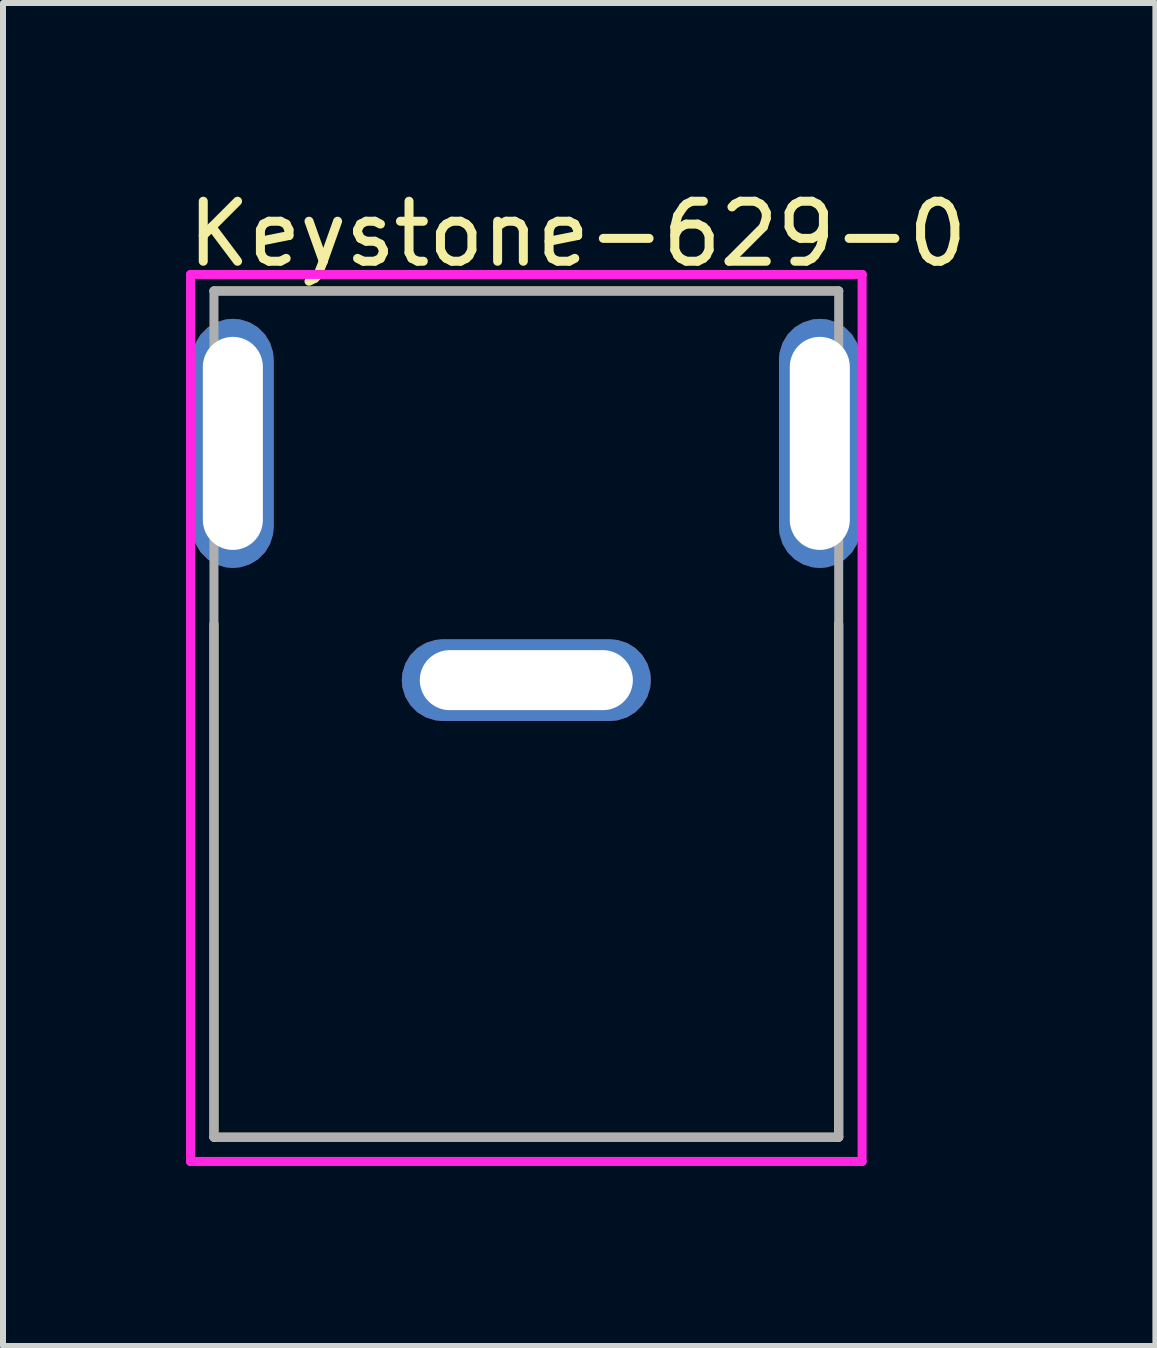
<source format=kicad_pcb>
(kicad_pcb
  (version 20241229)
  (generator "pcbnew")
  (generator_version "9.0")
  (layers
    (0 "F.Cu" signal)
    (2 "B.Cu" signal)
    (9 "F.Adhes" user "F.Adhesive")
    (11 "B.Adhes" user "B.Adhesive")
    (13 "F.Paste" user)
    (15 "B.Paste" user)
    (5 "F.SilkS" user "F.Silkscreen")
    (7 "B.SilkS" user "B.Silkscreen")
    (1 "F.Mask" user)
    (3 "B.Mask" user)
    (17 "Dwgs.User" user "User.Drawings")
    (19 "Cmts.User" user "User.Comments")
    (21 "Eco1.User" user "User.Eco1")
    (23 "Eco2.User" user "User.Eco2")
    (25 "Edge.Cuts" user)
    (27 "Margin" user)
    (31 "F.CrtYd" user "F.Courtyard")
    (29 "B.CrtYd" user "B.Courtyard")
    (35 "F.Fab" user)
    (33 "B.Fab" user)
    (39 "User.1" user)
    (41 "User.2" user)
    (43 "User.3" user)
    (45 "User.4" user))
  (footprint "Keystone-629-0"
    (layer "F.Cu")
    (at 5.72 8.848)
    (property "Reference" "Keystone-629-0" (at -5.72 -8 0) (layer "F.SilkS") (effects (font (size 1 1) (thickness 0.15)) (justify left)))
    (attr through_hole)
    (fp_line (start -5.205 -1.5) (end -5.205 7.05) (stroke (width 0.15) (type solid)) (layer "F.SilkS"))
    (fp_line (start 5.205 -7.05) (end -5.205 -7.05) (stroke (width 0.15) (type solid)) (layer "F.SilkS"))
    (fp_line (start 5.205 -1.5) (end 5.205 7.05) (stroke (width 0.15) (type solid)) (layer "F.SilkS"))
    (fp_line (start 5.205 7.05) (end -5.205 7.05) (stroke (width 0.15) (type solid)) (layer "F.SilkS"))
    (fp_line (start -5.595 -7.325) (end -5.595 7.455) (stroke (width 0.15) (type solid)) (layer "F.CrtYd"))
    (fp_line (start -5.595 7.455) (end 5.595 7.455) (stroke (width 0.15) (type solid)) (layer "F.CrtYd"))
    (fp_line (start 5.595 -7.325) (end -5.595 -7.325) (stroke (width 0.15) (type solid)) (layer "F.CrtYd"))
    (fp_line (start 5.595 -7.325) (end 5.595 -7.325) (stroke (width 0.15) (type solid)) (layer "F.CrtYd"))
    (fp_line (start 5.595 7.455) (end 5.595 -7.325) (stroke (width 0.15) (type solid)) (layer "F.CrtYd"))
    (fp_line (start -5.205 -7.05) (end 5.205 -7.05) (stroke (width 0.15) (type solid)) (layer "F.Fab"))
    (fp_line (start -5.205 7.05) (end -5.205 -7.05) (stroke (width 0.15) (type solid)) (layer "F.Fab"))
    (fp_line (start 5.205 -7.05) (end 5.205 7.05) (stroke (width 0.15) (type solid)) (layer "F.Fab"))
    (fp_line (start 5.205 7.05) (end -5.205 7.05) (stroke (width 0.15) (type solid)) (layer "F.Fab"))
    (pad "1" thru_hole roundrect (at -4.89 -4.51) (size 1.36 4.15) (drill oval 1 3.55) (layers "*.Cu") (roundrect_rratio 0.5))
    (pad "1" thru_hole roundrect (at 0 -0.565) (size 4.15 1.36) (drill oval 3.55 1) (layers "*.Cu") (roundrect_rratio 0.5))
    (pad "1" thru_hole roundrect (at 4.89 -4.51) (size 1.36 4.15) (drill oval 1 3.55) (layers "*.Cu") (roundrect_rratio 0.5)))
  (gr_rect
    (start -3 -3)
    (end 16.202 19.378)
    (stroke (width 0.1) (type default))
    (fill no)
    (layer "Edge.Cuts")))
</source>
